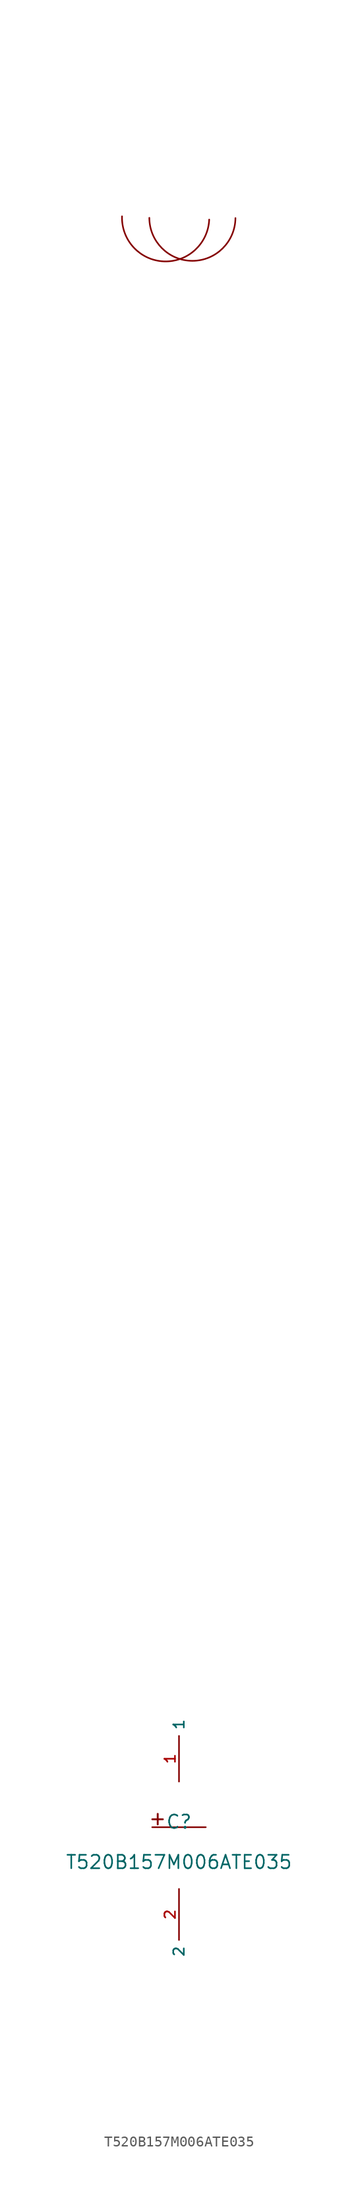
<source format=kicad_sym>
(kicad_symbol_lib
  (version 20210201)
  (generator TousstNicolas/JLC2KiCad_lib)
  (symbol "T520B157M006ATE035"
    (property "Reference" "C"
      (at 0 1.27 0)
      (effects (font (size 1.27 1.27))))
    (property "Value" "T520B157M006ATE035"
      (at 0 -2.54 0)
      (effects (font (size 1.27 1.27))))
    (symbol "T520B157M006ATE035_0_1"
      (pin unspecified line (at 0.0 5.08 90) (length 4.318) (name "1" (effects (font (size 1 1)))) (number "1" (effects (font (size 1 1)))))
      (pin unspecified line (at 0.0 -5.08 270) (length 4.826) (name "2" (effects (font (size 1 1)))) (number "2" (effects (font (size 1 1)))))
      (polyline (pts (xy -2.54 0.762) (xy 2.54 0.762)) (stroke (width 0) (type default) (color 0 0 0 0)) (fill (type none)))
      (arc (start 5.355231055666675 153.02458998320105) (mid 1.2592864525939904 148.95007755495055) (end -2.815225975656514 153.04602215802325) (stroke (width 0) (type default) (color 0 0 0 0)) (fill (type none)))
      (arc (start 2.865311391389729 152.88348074512368) (mid -1.4218278654935625 148.89999213921735) (end -5.405316471399889 153.1871313961006) (stroke (width 0) (type default) (color 0 0 0 0)) (fill (type none)))
      (rectangle (start -2.54 1.524) (end -1.524 1.499) (stroke (width 0) (type default) (color 0 0 0 0)) (fill (type background)))
      (rectangle (start -2.032 2.032) (end -2.007 1.016) (stroke (width 0) (type default) (color 0 0 0 0)) (fill (type background))))))
</source>
